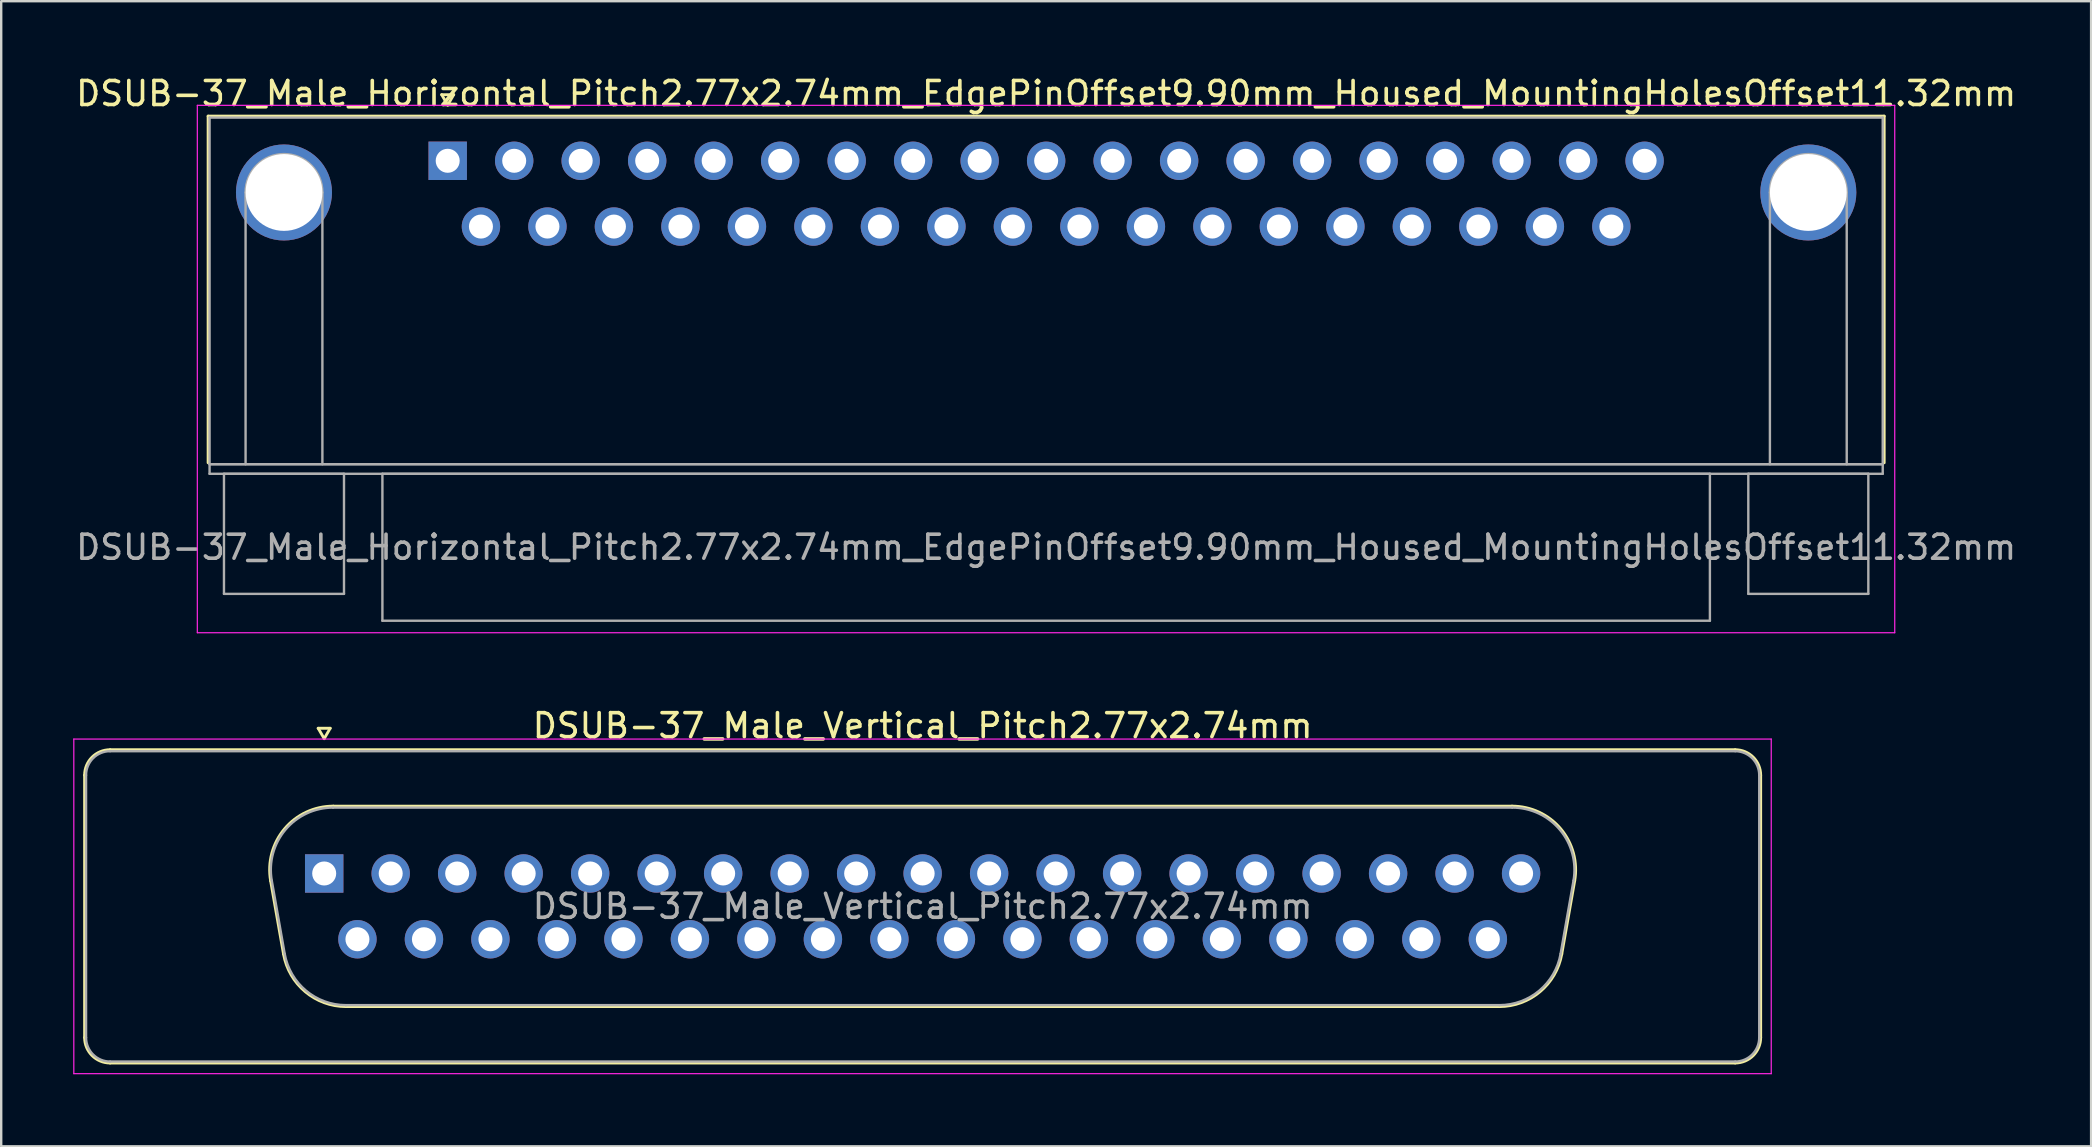
<source format=kicad_pcb>
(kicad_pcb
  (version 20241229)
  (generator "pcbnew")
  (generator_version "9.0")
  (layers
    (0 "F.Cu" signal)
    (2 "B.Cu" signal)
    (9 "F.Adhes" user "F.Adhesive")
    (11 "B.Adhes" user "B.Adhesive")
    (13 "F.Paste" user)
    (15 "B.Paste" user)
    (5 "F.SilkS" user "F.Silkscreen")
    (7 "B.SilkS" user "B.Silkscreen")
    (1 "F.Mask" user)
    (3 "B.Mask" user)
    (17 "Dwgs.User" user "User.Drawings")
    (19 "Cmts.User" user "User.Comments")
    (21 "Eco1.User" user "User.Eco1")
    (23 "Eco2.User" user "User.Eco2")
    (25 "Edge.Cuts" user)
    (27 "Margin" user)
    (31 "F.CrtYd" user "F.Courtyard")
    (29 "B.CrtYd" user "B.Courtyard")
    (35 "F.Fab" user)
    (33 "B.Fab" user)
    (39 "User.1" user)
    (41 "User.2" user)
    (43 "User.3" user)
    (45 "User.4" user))
  (footprint "DSUB-37_Male_Horizontal_Pitch2.77x2.74mm_EdgePinOffset9.90mm_Housed_MountingHolesOffset11.32mm"
    (layer "F.Cu")
    (at 15.6 3.648)
    (property "Reference" "DSUB-37_Male_Horizontal_Pitch2.77x2.74mm_EdgePinOffset9.90mm_Housed_MountingHolesOffset11.32mm" (at 24.93 -2.8 0) (layer "F.SilkS") (effects (font (size 1 1) (thickness 0.15))))
    (attr through_hole)
    (fp_line (start -9.98 -1.86) (end 59.84 -1.86) (stroke (width 0.12) (type solid)) (layer "F.SilkS"))
    (fp_line (start -9.98 12.58) (end -9.98 -1.86) (stroke (width 0.12) (type solid)) (layer "F.SilkS"))
    (fp_line (start -0.25 -2.754) (end 0.25 -2.754) (stroke (width 0.12) (type solid)) (layer "F.SilkS"))
    (fp_line (start 0 -2.321) (end -0.25 -2.754) (stroke (width 0.12) (type solid)) (layer "F.SilkS"))
    (fp_line (start 0.25 -2.754) (end 0 -2.321) (stroke (width 0.12) (type solid)) (layer "F.SilkS"))
    (fp_line (start 59.84 -1.86) (end 59.84 12.58) (stroke (width 0.12) (type solid)) (layer "F.SilkS"))
    (fp_line (start -10.43 -2.31) (end -10.43 19.66) (stroke (width 0.05) (type solid)) (layer "F.CrtYd"))
    (fp_line (start -10.43 19.66) (end 60.28 19.66) (stroke (width 0.05) (type solid)) (layer "F.CrtYd"))
    (fp_line (start 60.28 -2.31) (end -10.43 -2.31) (stroke (width 0.05) (type solid)) (layer "F.CrtYd"))
    (fp_line (start 60.28 19.66) (end 60.28 -2.31) (stroke (width 0.05) (type solid)) (layer "F.CrtYd"))
    (fp_line (start -9.92 -1.8) (end -9.92 12.64) (stroke (width 0.1) (type solid)) (layer "F.Fab"))
    (fp_line (start -9.92 12.64) (end -9.92 13.04) (stroke (width 0.1) (type solid)) (layer "F.Fab"))
    (fp_line (start -9.92 12.64) (end 59.78 12.64) (stroke (width 0.1) (type solid)) (layer "F.Fab"))
    (fp_line (start -9.92 13.04) (end 59.78 13.04) (stroke (width 0.1) (type solid)) (layer "F.Fab"))
    (fp_line (start -9.32 13.04) (end -9.32 18.04) (stroke (width 0.1) (type solid)) (layer "F.Fab"))
    (fp_line (start -9.32 18.04) (end -4.32 18.04) (stroke (width 0.1) (type solid)) (layer "F.Fab"))
    (fp_line (start -8.42 12.64) (end -8.42 1.32) (stroke (width 0.1) (type solid)) (layer "F.Fab"))
    (fp_line (start -5.22 12.64) (end -5.22 1.32) (stroke (width 0.1) (type solid)) (layer "F.Fab"))
    (fp_line (start -4.32 13.04) (end -9.32 13.04) (stroke (width 0.1) (type solid)) (layer "F.Fab"))
    (fp_line (start -4.32 18.04) (end -4.32 13.04) (stroke (width 0.1) (type solid)) (layer "F.Fab"))
    (fp_line (start -2.72 13.04) (end -2.72 19.16) (stroke (width 0.1) (type solid)) (layer "F.Fab"))
    (fp_line (start -2.72 19.16) (end 52.58 19.16) (stroke (width 0.1) (type solid)) (layer "F.Fab"))
    (fp_line (start 52.58 13.04) (end -2.72 13.04) (stroke (width 0.1) (type solid)) (layer "F.Fab"))
    (fp_line (start 52.58 19.16) (end 52.58 13.04) (stroke (width 0.1) (type solid)) (layer "F.Fab"))
    (fp_line (start 54.18 13.04) (end 54.18 18.04) (stroke (width 0.1) (type solid)) (layer "F.Fab"))
    (fp_line (start 54.18 18.04) (end 59.18 18.04) (stroke (width 0.1) (type solid)) (layer "F.Fab"))
    (fp_line (start 55.08 12.64) (end 55.08 1.32) (stroke (width 0.1) (type solid)) (layer "F.Fab"))
    (fp_line (start 58.28 12.64) (end 58.28 1.32) (stroke (width 0.1) (type solid)) (layer "F.Fab"))
    (fp_line (start 59.18 13.04) (end 54.18 13.04) (stroke (width 0.1) (type solid)) (layer "F.Fab"))
    (fp_line (start 59.18 18.04) (end 59.18 13.04) (stroke (width 0.1) (type solid)) (layer "F.Fab"))
    (fp_line (start 59.78 -1.8) (end -9.92 -1.8) (stroke (width 0.1) (type solid)) (layer "F.Fab"))
    (fp_line (start 59.78 12.64) (end -9.92 12.64) (stroke (width 0.1) (type solid)) (layer "F.Fab"))
    (fp_line (start 59.78 12.64) (end 59.78 -1.8) (stroke (width 0.1) (type solid)) (layer "F.Fab"))
    (fp_line (start 59.78 13.04) (end 59.78 12.64) (stroke (width 0.1) (type solid)) (layer "F.Fab"))
    (fp_arc (start -8.42 1.32) (mid -6.82 -0.28) (end -5.22 1.32) (stroke (width 0.1) (type solid)) (layer "F.Fab"))
    (fp_arc (start 55.08 1.32) (mid 56.68 -0.28) (end 58.28 1.32) (stroke (width 0.1) (type solid)) (layer "F.Fab"))
    (fp_text user "${REFERENCE}" (at 24.93 16.1 0) (layer "F.Fab") (effects (font (size 1 1) (thickness 0.15))))
    (pad "0" thru_hole circle (at -6.82 1.32) (size 4 4) (drill 3.2) (layers "*.Cu" "*.Mask"))
    (pad "0" thru_hole circle (at 56.68 1.32) (size 4 4) (drill 3.2) (layers "*.Cu" "*.Mask"))
    (pad "1" thru_hole rect (at 0 0) (size 1.6 1.6) (drill 1) (layers "*.Cu" "*.Mask"))
    (pad "2" thru_hole circle (at 2.77 0) (size 1.6 1.6) (drill 1) (layers "*.Cu" "*.Mask"))
    (pad "3" thru_hole circle (at 5.54 0) (size 1.6 1.6) (drill 1) (layers "*.Cu" "*.Mask"))
    (pad "4" thru_hole circle (at 8.31 0) (size 1.6 1.6) (drill 1) (layers "*.Cu" "*.Mask"))
    (pad "5" thru_hole circle (at 11.08 0) (size 1.6 1.6) (drill 1) (layers "*.Cu" "*.Mask"))
    (pad "6" thru_hole circle (at 13.85 0) (size 1.6 1.6) (drill 1) (layers "*.Cu" "*.Mask"))
    (pad "7" thru_hole circle (at 16.62 0) (size 1.6 1.6) (drill 1) (layers "*.Cu" "*.Mask"))
    (pad "8" thru_hole circle (at 19.39 0) (size 1.6 1.6) (drill 1) (layers "*.Cu" "*.Mask"))
    (pad "9" thru_hole circle (at 22.16 0) (size 1.6 1.6) (drill 1) (layers "*.Cu" "*.Mask"))
    (pad "10" thru_hole circle (at 24.93 0) (size 1.6 1.6) (drill 1) (layers "*.Cu" "*.Mask"))
    (pad "11" thru_hole circle (at 27.7 0) (size 1.6 1.6) (drill 1) (layers "*.Cu" "*.Mask"))
    (pad "12" thru_hole circle (at 30.47 0) (size 1.6 1.6) (drill 1) (layers "*.Cu" "*.Mask"))
    (pad "13" thru_hole circle (at 33.24 0) (size 1.6 1.6) (drill 1) (layers "*.Cu" "*.Mask"))
    (pad "14" thru_hole circle (at 36.01 0) (size 1.6 1.6) (drill 1) (layers "*.Cu" "*.Mask"))
    (pad "15" thru_hole circle (at 38.78 0) (size 1.6 1.6) (drill 1) (layers "*.Cu" "*.Mask"))
    (pad "16" thru_hole circle (at 41.55 0) (size 1.6 1.6) (drill 1) (layers "*.Cu" "*.Mask"))
    (pad "17" thru_hole circle (at 44.32 0) (size 1.6 1.6) (drill 1) (layers "*.Cu" "*.Mask"))
    (pad "18" thru_hole circle (at 47.09 0) (size 1.6 1.6) (drill 1) (layers "*.Cu" "*.Mask"))
    (pad "19" thru_hole circle (at 49.86 0) (size 1.6 1.6) (drill 1) (layers "*.Cu" "*.Mask"))
    (pad "20" thru_hole circle (at 1.385 2.74) (size 1.6 1.6) (drill 1) (layers "*.Cu" "*.Mask"))
    (pad "21" thru_hole circle (at 4.155 2.74) (size 1.6 1.6) (drill 1) (layers "*.Cu" "*.Mask"))
    (pad "22" thru_hole circle (at 6.925 2.74) (size 1.6 1.6) (drill 1) (layers "*.Cu" "*.Mask"))
    (pad "23" thru_hole circle (at 9.695 2.74) (size 1.6 1.6) (drill 1) (layers "*.Cu" "*.Mask"))
    (pad "24" thru_hole circle (at 12.465 2.74) (size 1.6 1.6) (drill 1) (layers "*.Cu" "*.Mask"))
    (pad "25" thru_hole circle (at 15.235 2.74) (size 1.6 1.6) (drill 1) (layers "*.Cu" "*.Mask"))
    (pad "26" thru_hole circle (at 18.005 2.74) (size 1.6 1.6) (drill 1) (layers "*.Cu" "*.Mask"))
    (pad "27" thru_hole circle (at 20.775 2.74) (size 1.6 1.6) (drill 1) (layers "*.Cu" "*.Mask"))
    (pad "28" thru_hole circle (at 23.545 2.74) (size 1.6 1.6) (drill 1) (layers "*.Cu" "*.Mask"))
    (pad "29" thru_hole circle (at 26.315 2.74) (size 1.6 1.6) (drill 1) (layers "*.Cu" "*.Mask"))
    (pad "30" thru_hole circle (at 29.085 2.74) (size 1.6 1.6) (drill 1) (layers "*.Cu" "*.Mask"))
    (pad "31" thru_hole circle (at 31.855 2.74) (size 1.6 1.6) (drill 1) (layers "*.Cu" "*.Mask"))
    (pad "32" thru_hole circle (at 34.625 2.74) (size 1.6 1.6) (drill 1) (layers "*.Cu" "*.Mask"))
    (pad "33" thru_hole circle (at 37.395 2.74) (size 1.6 1.6) (drill 1) (layers "*.Cu" "*.Mask"))
    (pad "34" thru_hole circle (at 40.165 2.74) (size 1.6 1.6) (drill 1) (layers "*.Cu" "*.Mask"))
    (pad "35" thru_hole circle (at 42.935 2.74) (size 1.6 1.6) (drill 1) (layers "*.Cu" "*.Mask"))
    (pad "36" thru_hole circle (at 45.705 2.74) (size 1.6 1.6) (drill 1) (layers "*.Cu" "*.Mask"))
    (pad "37" thru_hole circle (at 48.475 2.74) (size 1.6 1.6) (drill 1) (layers "*.Cu" "*.Mask")))
  (footprint "DSUB-37_Male_Vertical_Pitch2.77x2.74mm"
    (layer "F.Cu")
    (at 10.455 33.337)
    (property "Reference" "DSUB-37_Male_Vertical_Pitch2.77x2.74mm" (at 24.93 -6.155 0) (layer "F.SilkS") (effects (font (size 1 1) (thickness 0.15))))
    (attr through_hole)
    (fp_line (start -9.98 6.835) (end -9.98 -4.095) (stroke (width 0.12) (type solid)) (layer "F.SilkS"))
    (fp_line (start -8.92 -5.155) (end 58.78 -5.155) (stroke (width 0.12) (type solid)) (layer "F.SilkS"))
    (fp_line (start -2.232 0.305) (end -1.694 3.355) (stroke (width 0.12) (type solid)) (layer "F.SilkS"))
    (fp_line (start -0.25 -6.049) (end 0.25 -6.049) (stroke (width 0.12) (type solid)) (layer "F.SilkS"))
    (fp_line (start 0 -5.616) (end -0.25 -6.049) (stroke (width 0.12) (type solid)) (layer "F.SilkS"))
    (fp_line (start 0.25 -6.049) (end 0 -5.616) (stroke (width 0.12) (type solid)) (layer "F.SilkS"))
    (fp_line (start 0.378 -2.805) (end 49.482 -2.805) (stroke (width 0.12) (type solid)) (layer "F.SilkS"))
    (fp_line (start 0.916 5.545) (end 48.944 5.545) (stroke (width 0.12) (type solid)) (layer "F.SilkS"))
    (fp_line (start 52.092 0.305) (end 51.554 3.355) (stroke (width 0.12) (type solid)) (layer "F.SilkS"))
    (fp_line (start 58.78 7.895) (end -8.92 7.895) (stroke (width 0.12) (type solid)) (layer "F.SilkS"))
    (fp_line (start 59.84 -4.095) (end 59.84 6.835) (stroke (width 0.12) (type solid)) (layer "F.SilkS"))
    (fp_arc (start -9.98 -4.095) (mid -9.669533 -4.844533) (end -8.92 -5.155) (stroke (width 0.12) (type solid)) (layer "F.SilkS"))
    (fp_arc (start -8.92 7.895) (mid -9.669533 7.584533) (end -9.98 6.835) (stroke (width 0.12) (type solid)) (layer "F.SilkS"))
    (fp_arc (start -2.231594 0.305168) (mid -1.651871 -1.858387) (end 0.378147 -2.805) (stroke (width 0.12) (type solid)) (layer "F.SilkS"))
    (fp_arc (start 0.915944 5.545) (mid -0.787443 4.925018) (end -1.693797 3.355168) (stroke (width 0.12) (type solid)) (layer "F.SilkS"))
    (fp_arc (start 49.481853 -2.805) (mid 51.511871 -1.858387) (end 52.091594 0.305168) (stroke (width 0.12) (type solid)) (layer "F.SilkS"))
    (fp_arc (start 51.553797 3.355168) (mid 50.647443 4.925018) (end 48.944056 5.545) (stroke (width 0.12) (type solid)) (layer "F.SilkS"))
    (fp_arc (start 58.78 -5.155) (mid 59.529533 -4.844533) (end 59.84 -4.095) (stroke (width 0.12) (type solid)) (layer "F.SilkS"))
    (fp_arc (start 59.84 6.835) (mid 59.529533 7.584533) (end 58.78 7.895) (stroke (width 0.12) (type solid)) (layer "F.SilkS"))
    (fp_line (start -10.43 -5.6) (end -10.43 8.34) (stroke (width 0.05) (type solid)) (layer "F.CrtYd"))
    (fp_line (start -10.43 8.34) (end 60.28 8.34) (stroke (width 0.05) (type solid)) (layer "F.CrtYd"))
    (fp_line (start 60.28 -5.6) (end -10.43 -5.6) (stroke (width 0.05) (type solid)) (layer "F.CrtYd"))
    (fp_line (start 60.28 8.34) (end 60.28 -5.6) (stroke (width 0.05) (type solid)) (layer "F.CrtYd"))
    (fp_line (start -9.92 6.835) (end -9.92 -4.095) (stroke (width 0.1) (type solid)) (layer "F.Fab"))
    (fp_line (start -8.92 -5.095) (end 58.78 -5.095) (stroke (width 0.1) (type solid)) (layer "F.Fab"))
    (fp_line (start -2.184 0.295) (end -1.646 3.345) (stroke (width 0.1) (type solid)) (layer "F.Fab"))
    (fp_line (start 0.367 -2.745) (end 49.493 -2.745) (stroke (width 0.1) (type solid)) (layer "F.Fab"))
    (fp_line (start 0.904 5.485) (end 48.956 5.485) (stroke (width 0.1) (type solid)) (layer "F.Fab"))
    (fp_line (start 52.044 0.295) (end 51.506 3.345) (stroke (width 0.1) (type solid)) (layer "F.Fab"))
    (fp_line (start 58.78 7.835) (end -8.92 7.835) (stroke (width 0.1) (type solid)) (layer "F.Fab"))
    (fp_line (start 59.78 -4.095) (end 59.78 6.835) (stroke (width 0.1) (type solid)) (layer "F.Fab"))
    (fp_arc (start -9.92 -4.095) (mid -9.627107 -4.802107) (end -8.92 -5.095) (stroke (width 0.1) (type solid)) (layer "F.Fab"))
    (fp_arc (start -8.92 7.835) (mid -9.627107 7.542107) (end -9.92 6.835) (stroke (width 0.1) (type solid)) (layer "F.Fab"))
    (fp_arc (start -2.18401 0.294749) (mid -1.617413 -1.81982) (end 0.366642 -2.745) (stroke (width 0.1) (type solid)) (layer "F.Fab"))
    (fp_arc (start 0.904439 5.485) (mid -0.760381 4.879055) (end -1.646213 3.344749) (stroke (width 0.1) (type solid)) (layer "F.Fab"))
    (fp_arc (start 49.493358 -2.745) (mid 51.477413 -1.81982) (end 52.04401 0.294749) (stroke (width 0.1) (type solid)) (layer "F.Fab"))
    (fp_arc (start 51.506213 3.344749) (mid 50.620381 4.879055) (end 48.955561 5.485) (stroke (width 0.1) (type solid)) (layer "F.Fab"))
    (fp_arc (start 58.78 -5.095) (mid 59.487107 -4.802107) (end 59.78 -4.095) (stroke (width 0.1) (type solid)) (layer "F.Fab"))
    (fp_arc (start 59.78 6.835) (mid 59.487107 7.542107) (end 58.78 7.835) (stroke (width 0.1) (type solid)) (layer "F.Fab"))
    (fp_text user "${REFERENCE}" (at 24.93 1.37 0) (layer "F.Fab") (effects (font (size 1 1) (thickness 0.15))))
    (pad "1" thru_hole rect (at 0 0) (size 1.6 1.6) (drill 1) (layers "*.Cu" "*.Mask"))
    (pad "2" thru_hole circle (at 2.77 0) (size 1.6 1.6) (drill 1) (layers "*.Cu" "*.Mask"))
    (pad "3" thru_hole circle (at 5.54 0) (size 1.6 1.6) (drill 1) (layers "*.Cu" "*.Mask"))
    (pad "4" thru_hole circle (at 8.31 0) (size 1.6 1.6) (drill 1) (layers "*.Cu" "*.Mask"))
    (pad "5" thru_hole circle (at 11.08 0) (size 1.6 1.6) (drill 1) (layers "*.Cu" "*.Mask"))
    (pad "6" thru_hole circle (at 13.85 0) (size 1.6 1.6) (drill 1) (layers "*.Cu" "*.Mask"))
    (pad "7" thru_hole circle (at 16.62 0) (size 1.6 1.6) (drill 1) (layers "*.Cu" "*.Mask"))
    (pad "8" thru_hole circle (at 19.39 0) (size 1.6 1.6) (drill 1) (layers "*.Cu" "*.Mask"))
    (pad "9" thru_hole circle (at 22.16 0) (size 1.6 1.6) (drill 1) (layers "*.Cu" "*.Mask"))
    (pad "10" thru_hole circle (at 24.93 0) (size 1.6 1.6) (drill 1) (layers "*.Cu" "*.Mask"))
    (pad "11" thru_hole circle (at 27.7 0) (size 1.6 1.6) (drill 1) (layers "*.Cu" "*.Mask"))
    (pad "12" thru_hole circle (at 30.47 0) (size 1.6 1.6) (drill 1) (layers "*.Cu" "*.Mask"))
    (pad "13" thru_hole circle (at 33.24 0) (size 1.6 1.6) (drill 1) (layers "*.Cu" "*.Mask"))
    (pad "14" thru_hole circle (at 36.01 0) (size 1.6 1.6) (drill 1) (layers "*.Cu" "*.Mask"))
    (pad "15" thru_hole circle (at 38.78 0) (size 1.6 1.6) (drill 1) (layers "*.Cu" "*.Mask"))
    (pad "16" thru_hole circle (at 41.55 0) (size 1.6 1.6) (drill 1) (layers "*.Cu" "*.Mask"))
    (pad "17" thru_hole circle (at 44.32 0) (size 1.6 1.6) (drill 1) (layers "*.Cu" "*.Mask"))
    (pad "18" thru_hole circle (at 47.09 0) (size 1.6 1.6) (drill 1) (layers "*.Cu" "*.Mask"))
    (pad "19" thru_hole circle (at 49.86 0) (size 1.6 1.6) (drill 1) (layers "*.Cu" "*.Mask"))
    (pad "20" thru_hole circle (at 1.385 2.74) (size 1.6 1.6) (drill 1) (layers "*.Cu" "*.Mask"))
    (pad "21" thru_hole circle (at 4.155 2.74) (size 1.6 1.6) (drill 1) (layers "*.Cu" "*.Mask"))
    (pad "22" thru_hole circle (at 6.925 2.74) (size 1.6 1.6) (drill 1) (layers "*.Cu" "*.Mask"))
    (pad "23" thru_hole circle (at 9.695 2.74) (size 1.6 1.6) (drill 1) (layers "*.Cu" "*.Mask"))
    (pad "24" thru_hole circle (at 12.465 2.74) (size 1.6 1.6) (drill 1) (layers "*.Cu" "*.Mask"))
    (pad "25" thru_hole circle (at 15.235 2.74) (size 1.6 1.6) (drill 1) (layers "*.Cu" "*.Mask"))
    (pad "26" thru_hole circle (at 18.005 2.74) (size 1.6 1.6) (drill 1) (layers "*.Cu" "*.Mask"))
    (pad "27" thru_hole circle (at 20.775 2.74) (size 1.6 1.6) (drill 1) (layers "*.Cu" "*.Mask"))
    (pad "28" thru_hole circle (at 23.545 2.74) (size 1.6 1.6) (drill 1) (layers "*.Cu" "*.Mask"))
    (pad "29" thru_hole circle (at 26.315 2.74) (size 1.6 1.6) (drill 1) (layers "*.Cu" "*.Mask"))
    (pad "30" thru_hole circle (at 29.085 2.74) (size 1.6 1.6) (drill 1) (layers "*.Cu" "*.Mask"))
    (pad "31" thru_hole circle (at 31.855 2.74) (size 1.6 1.6) (drill 1) (layers "*.Cu" "*.Mask"))
    (pad "32" thru_hole circle (at 34.625 2.74) (size 1.6 1.6) (drill 1) (layers "*.Cu" "*.Mask"))
    (pad "33" thru_hole circle (at 37.395 2.74) (size 1.6 1.6) (drill 1) (layers "*.Cu" "*.Mask"))
    (pad "34" thru_hole circle (at 40.165 2.74) (size 1.6 1.6) (drill 1) (layers "*.Cu" "*.Mask"))
    (pad "35" thru_hole circle (at 42.935 2.74) (size 1.6 1.6) (drill 1) (layers "*.Cu" "*.Mask"))
    (pad "36" thru_hole circle (at 45.705 2.74) (size 1.6 1.6) (drill 1) (layers "*.Cu" "*.Mask"))
    (pad "37" thru_hole circle (at 48.475 2.74) (size 1.6 1.6) (drill 1) (layers "*.Cu" "*.Mask")))
  (gr_rect
    (start -3 -3)
    (end 84.06 44.702)
    (stroke (width 0.1) (type default))
    (fill no)
    (layer "Edge.Cuts")))
</source>
